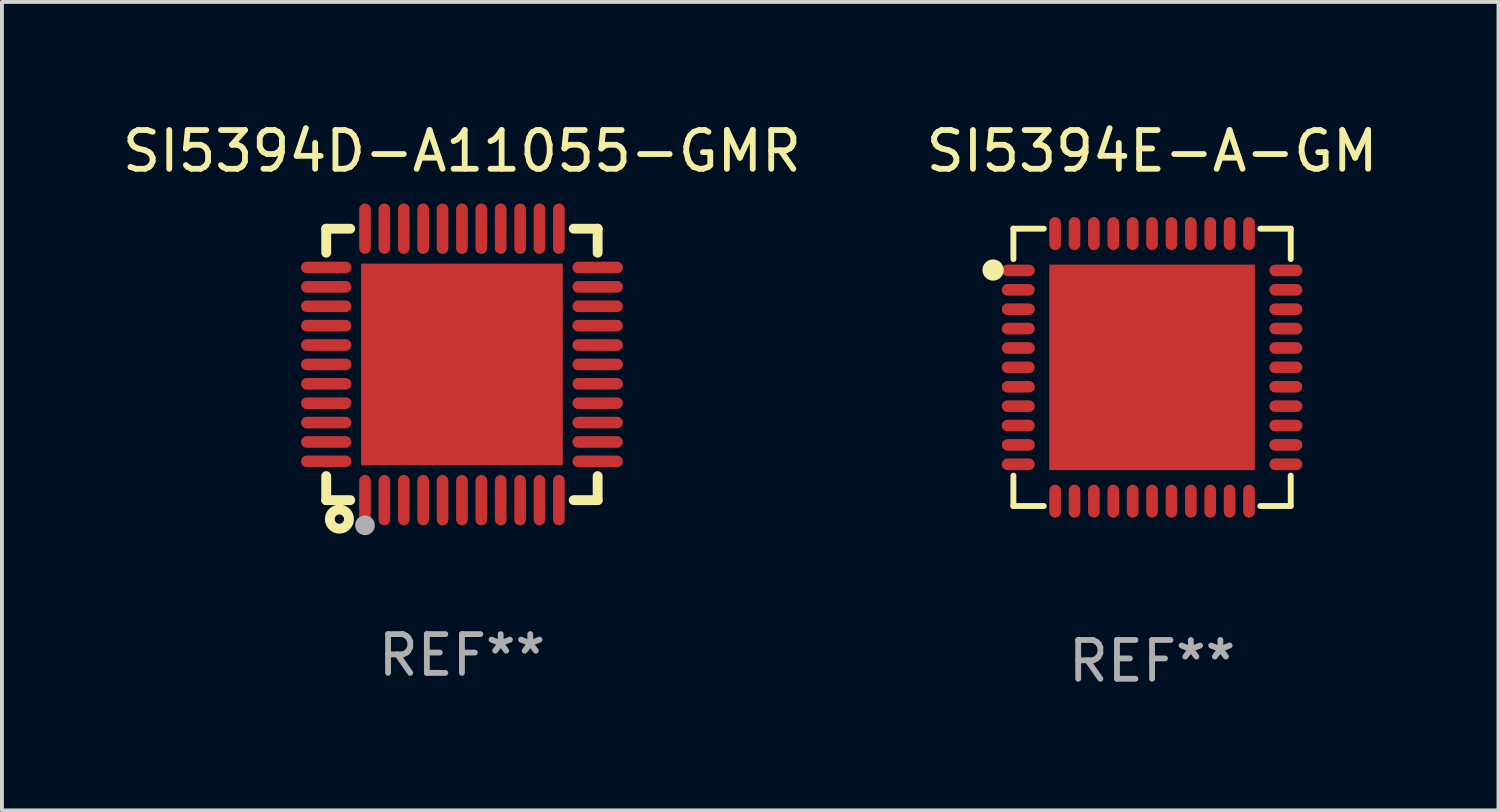
<source format=kicad_pcb>
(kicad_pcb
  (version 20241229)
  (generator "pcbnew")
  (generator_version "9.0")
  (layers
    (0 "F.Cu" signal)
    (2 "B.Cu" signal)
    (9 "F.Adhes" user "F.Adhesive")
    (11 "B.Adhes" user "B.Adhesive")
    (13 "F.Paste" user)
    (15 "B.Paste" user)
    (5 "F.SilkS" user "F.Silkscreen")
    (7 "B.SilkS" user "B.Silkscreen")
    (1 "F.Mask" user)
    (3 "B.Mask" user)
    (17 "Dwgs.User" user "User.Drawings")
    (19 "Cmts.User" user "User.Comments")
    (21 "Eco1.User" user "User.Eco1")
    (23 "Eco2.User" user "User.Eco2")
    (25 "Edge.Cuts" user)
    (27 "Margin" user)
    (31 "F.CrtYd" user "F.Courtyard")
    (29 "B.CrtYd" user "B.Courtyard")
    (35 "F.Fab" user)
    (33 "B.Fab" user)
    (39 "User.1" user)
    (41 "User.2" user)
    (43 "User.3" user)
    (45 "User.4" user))
  (footprint "SI5394D-A11055-GMR"
    (layer "F.Cu")
    (at 8.863 6.348)
    (property "Reference" "SI5394D-A11055-GMR" (at 0 -5.5 0) (layer "F.SilkS") (effects (font (size 1 1) (thickness 0.15))))
    (attr through_hole)
    (fp_line (start -3.5 -3.5) (end -2.881 -3.5) (stroke (width 0.254) (type solid)) (layer "F.SilkS"))
    (fp_line (start -3.5 -2.881) (end -3.5 -3.5) (stroke (width 0.254) (type solid)) (layer "F.SilkS"))
    (fp_line (start -3.5 3.5) (end -3.5 2.881) (stroke (width 0.254) (type solid)) (layer "F.SilkS"))
    (fp_line (start -2.881 3.5) (end -3.5 3.5) (stroke (width 0.254) (type solid)) (layer "F.SilkS"))
    (fp_line (start 2.881 -3.5) (end 3.5 -3.5) (stroke (width 0.254) (type solid)) (layer "F.SilkS"))
    (fp_line (start 3.5 -3.5) (end 3.5 -2.881) (stroke (width 0.254) (type solid)) (layer "F.SilkS"))
    (fp_line (start 3.5 2.881) (end 3.5 3.5) (stroke (width 0.254) (type solid)) (layer "F.SilkS"))
    (fp_line (start 3.5 3.5) (end 2.881 3.5) (stroke (width 0.254) (type solid)) (layer "F.SilkS"))
    (fp_circle (center -3.5 3.5) (end -3.47 3.5) (stroke (width 0.06) (type solid)) (fill no) (layer "F.SilkS"))
    (fp_circle (center -3.16 3.99) (end -3.04 3.99) (stroke (width 0.254) (type solid)) (fill no) (layer "F.SilkS"))
    (fp_circle (center -2.5 4.15) (end -2.373 4.15) (stroke (width 0.254) (type solid)) (fill no) (layer "F.Fab"))
    (fp_text user "REF**" (at 0 7.5 0) (layer "F.Fab") (effects (font (size 1 1) (thickness 0.15))))
    (pad "1" smd oval (at -2.5 3.5 90) (size 1.3 0.3) (layers "F.Cu" "F.Mask" "F.Paste"))
    (pad "2" smd oval (at -2 3.5 90) (size 1.3 0.3) (layers "F.Cu" "F.Mask" "F.Paste"))
    (pad "3" smd oval (at -1.5 3.5 90) (size 1.3 0.3) (layers "F.Cu" "F.Mask" "F.Paste"))
    (pad "4" smd oval (at -1 3.5 90) (size 1.3 0.3) (layers "F.Cu" "F.Mask" "F.Paste"))
    (pad "5" smd oval (at -0.5 3.5 90) (size 1.3 0.3) (layers "F.Cu" "F.Mask" "F.Paste"))
    (pad "6" smd oval (at -0.000127 3.5 90) (size 1.3 0.3) (layers "F.Cu" "F.Mask" "F.Paste"))
    (pad "7" smd oval (at 0.5 3.5 90) (size 1.3 0.3) (layers "F.Cu" "F.Mask" "F.Paste"))
    (pad "8" smd oval (at 1 3.5 90) (size 1.3 0.3) (layers "F.Cu" "F.Mask" "F.Paste"))
    (pad "9" smd oval (at 1.5 3.5 90) (size 1.3 0.3) (layers "F.Cu" "F.Mask" "F.Paste"))
    (pad "10" smd oval (at 2 3.5 90) (size 1.3 0.3) (layers "F.Cu" "F.Mask" "F.Paste"))
    (pad "11" smd oval (at 2.5 3.5 90) (size 1.3 0.3) (layers "F.Cu" "F.Mask" "F.Paste"))
    (pad "12" smd oval (at 3.5 2.5 90) (size 0.3 1.3) (layers "F.Cu" "F.Mask" "F.Paste"))
    (pad "13" smd oval (at 3.5 2 90) (size 0.3 1.3) (layers "F.Cu" "F.Mask" "F.Paste"))
    (pad "14" smd oval (at 3.5 1.5 90) (size 0.3 1.3) (layers "F.Cu" "F.Mask" "F.Paste"))
    (pad "15" smd oval (at 3.5 1 90) (size 0.3 1.3) (layers "F.Cu" "F.Mask" "F.Paste"))
    (pad "16" smd oval (at 3.5 0.5 90) (size 0.3 1.3) (layers "F.Cu" "F.Mask" "F.Paste"))
    (pad "17" smd oval (at 3.5 0.000127 90) (size 0.3 1.3) (layers "F.Cu" "F.Mask" "F.Paste"))
    (pad "18" smd oval (at 3.5 -0.5 90) (size 0.3 1.3) (layers "F.Cu" "F.Mask" "F.Paste"))
    (pad "19" smd oval (at 3.5 -1 90) (size 0.3 1.3) (layers "F.Cu" "F.Mask" "F.Paste"))
    (pad "20" smd oval (at 3.5 -1.5 90) (size 0.3 1.3) (layers "F.Cu" "F.Mask" "F.Paste"))
    (pad "21" smd oval (at 3.5 -2 90) (size 0.3 1.3) (layers "F.Cu" "F.Mask" "F.Paste"))
    (pad "22" smd oval (at 3.5 -2.5 90) (size 0.3 1.3) (layers "F.Cu" "F.Mask" "F.Paste"))
    (pad "23" smd oval (at 2.5 -3.5 90) (size 1.3 0.3) (layers "F.Cu" "F.Mask" "F.Paste"))
    (pad "24" smd oval (at 2 -3.5 90) (size 1.3 0.3) (layers "F.Cu" "F.Mask" "F.Paste"))
    (pad "25" smd oval (at 1.5 -3.5 90) (size 1.3 0.3) (layers "F.Cu" "F.Mask" "F.Paste"))
    (pad "26" smd oval (at 1 -3.5 90) (size 1.3 0.3) (layers "F.Cu" "F.Mask" "F.Paste"))
    (pad "27" smd oval (at 0.5 -3.5 90) (size 1.3 0.3) (layers "F.Cu" "F.Mask" "F.Paste"))
    (pad "28" smd oval (at -0.000127 -3.5 90) (size 1.3 0.3) (layers "F.Cu" "F.Mask" "F.Paste"))
    (pad "29" smd oval (at -0.5 -3.5 90) (size 1.3 0.3) (layers "F.Cu" "F.Mask" "F.Paste"))
    (pad "30" smd oval (at -1 -3.5 90) (size 1.3 0.3) (layers "F.Cu" "F.Mask" "F.Paste"))
    (pad "31" smd oval (at -1.5 -3.5 90) (size 1.3 0.3) (layers "F.Cu" "F.Mask" "F.Paste"))
    (pad "32" smd oval (at -2 -3.5 90) (size 1.3 0.3) (layers "F.Cu" "F.Mask" "F.Paste"))
    (pad "33" smd oval (at -2.5 -3.5 90) (size 1.3 0.3) (layers "F.Cu" "F.Mask" "F.Paste"))
    (pad "34" smd oval (at -3.5 -2.5 90) (size 0.3 1.3) (layers "F.Cu" "F.Mask" "F.Paste"))
    (pad "35" smd oval (at -3.5 -2 90) (size 0.3 1.3) (layers "F.Cu" "F.Mask" "F.Paste"))
    (pad "36" smd oval (at -3.5 -1.5 90) (size 0.3 1.3) (layers "F.Cu" "F.Mask" "F.Paste"))
    (pad "37" smd oval (at -3.5 -1 90) (size 0.3 1.3) (layers "F.Cu" "F.Mask" "F.Paste"))
    (pad "38" smd oval (at -3.5 -0.5 90) (size 0.3 1.3) (layers "F.Cu" "F.Mask" "F.Paste"))
    (pad "39" smd oval (at -3.5 0.000127 90) (size 0.3 1.3) (layers "F.Cu" "F.Mask" "F.Paste"))
    (pad "40" smd oval (at -3.5 0.5 90) (size 0.3 1.3) (layers "F.Cu" "F.Mask" "F.Paste"))
    (pad "41" smd oval (at -3.5 1 90) (size 0.3 1.3) (layers "F.Cu" "F.Mask" "F.Paste"))
    (pad "42" smd oval (at -3.5 1.5 90) (size 0.3 1.3) (layers "F.Cu" "F.Mask" "F.Paste"))
    (pad "43" smd oval (at -3.5 2 90) (size 0.3 1.3) (layers "F.Cu" "F.Mask" "F.Paste"))
    (pad "44" smd oval (at -3.5 2.5 90) (size 0.3 1.3) (layers "F.Cu" "F.Mask" "F.Paste"))
    (pad "45" smd rect (at -0.000127 0.000127 90) (size 5.2 5.2) (layers "F.Cu" "F.Mask" "F.Paste")))
  (footprint "SI5394E-A-GM"
    (layer "F.Cu")
    (at 26.661 6.424)
    (property "Reference" "SI5394E-A-GM" (at 0 -5.576 0) (layer "F.SilkS") (effects (font (size 1 1) (thickness 0.15))))
    (attr through_hole)
    (fp_line (start -3.576 -3.576) (end -2.792 -3.576) (stroke (width 0.152) (type solid)) (layer "F.SilkS"))
    (fp_line (start -3.576 -2.792) (end -3.576 -3.576) (stroke (width 0.152) (type solid)) (layer "F.SilkS"))
    (fp_line (start -3.576 2.792) (end -3.576 3.576) (stroke (width 0.152) (type solid)) (layer "F.SilkS"))
    (fp_line (start -3.576 3.576) (end -2.792 3.576) (stroke (width 0.152) (type solid)) (layer "F.SilkS"))
    (fp_line (start 3.576 -3.576) (end 2.792 -3.576) (stroke (width 0.152) (type solid)) (layer "F.SilkS"))
    (fp_line (start 3.576 -2.792) (end 3.576 -3.576) (stroke (width 0.152) (type solid)) (layer "F.SilkS"))
    (fp_line (start 3.576 2.792) (end 3.576 3.576) (stroke (width 0.152) (type solid)) (layer "F.SilkS"))
    (fp_line (start 3.576 3.576) (end 2.792 3.576) (stroke (width 0.152) (type solid)) (layer "F.SilkS"))
    (fp_arc (start -4.01016 -2.489967) (mid -3.990094 -2.494704) (end -3.970028 -2.489967) (stroke (width 0.254001) (type solid)) (layer "F.SilkS"))
    (fp_arc (start -3.970028 -2.489967) (mid -3.990094 -2.469901) (end -4.01016 -2.489967) (stroke (width 0.254001) (type solid)) (layer "F.SilkS"))
    (fp_circle (center -4.1 -2.51) (end -4.08 -2.51) (stroke (width 0.254) (type solid)) (fill no) (layer "F.SilkS"))
    (fp_text user "REF**" (at 0 7.576 0) (layer "F.Fab") (effects (font (size 1 1) (thickness 0.15))))
    (pad "1" smd oval (at -3.45 -2.5) (size 0.85 0.3) (layers "F.Cu" "F.Mask" "F.Paste"))
    (pad "2" smd oval (at -3.45 -2) (size 0.85 0.3) (layers "F.Cu" "F.Mask" "F.Paste"))
    (pad "3" smd oval (at -3.45 -1.5) (size 0.85 0.3) (layers "F.Cu" "F.Mask" "F.Paste"))
    (pad "4" smd oval (at -3.45 -1) (size 0.85 0.3) (layers "F.Cu" "F.Mask" "F.Paste"))
    (pad "5" smd oval (at -3.45 -0.5) (size 0.85 0.3) (layers "F.Cu" "F.Mask" "F.Paste"))
    (pad "6" smd oval (at -3.45 0) (size 0.85 0.3) (layers "F.Cu" "F.Mask" "F.Paste"))
    (pad "7" smd oval (at -3.45 0.5) (size 0.85 0.3) (layers "F.Cu" "F.Mask" "F.Paste"))
    (pad "8" smd oval (at -3.45 1) (size 0.85 0.3) (layers "F.Cu" "F.Mask" "F.Paste"))
    (pad "9" smd oval (at -3.45 1.5) (size 0.85 0.3) (layers "F.Cu" "F.Mask" "F.Paste"))
    (pad "10" smd oval (at -3.45 2) (size 0.85 0.3) (layers "F.Cu" "F.Mask" "F.Paste"))
    (pad "11" smd oval (at -3.45 2.5) (size 0.85 0.3) (layers "F.Cu" "F.Mask" "F.Paste"))
    (pad "12" smd oval (at -2.5 3.45) (size 0.3 0.85) (layers "F.Cu" "F.Mask" "F.Paste"))
    (pad "13" smd oval (at -2 3.45) (size 0.3 0.85) (layers "F.Cu" "F.Mask" "F.Paste"))
    (pad "14" smd oval (at -1.5 3.45) (size 0.3 0.85) (layers "F.Cu" "F.Mask" "F.Paste"))
    (pad "15" smd oval (at -1 3.45) (size 0.3 0.85) (layers "F.Cu" "F.Mask" "F.Paste"))
    (pad "16" smd oval (at -0.5 3.45) (size 0.3 0.85) (layers "F.Cu" "F.Mask" "F.Paste"))
    (pad "17" smd oval (at 0 3.45) (size 0.3 0.85) (layers "F.Cu" "F.Mask" "F.Paste"))
    (pad "18" smd oval (at 0.5 3.45) (size 0.3 0.85) (layers "F.Cu" "F.Mask" "F.Paste"))
    (pad "19" smd oval (at 1 3.45) (size 0.3 0.85) (layers "F.Cu" "F.Mask" "F.Paste"))
    (pad "20" smd oval (at 1.5 3.45) (size 0.3 0.85) (layers "F.Cu" "F.Mask" "F.Paste"))
    (pad "21" smd oval (at 2 3.45) (size 0.3 0.85) (layers "F.Cu" "F.Mask" "F.Paste"))
    (pad "22" smd oval (at 2.5 3.45) (size 0.3 0.85) (layers "F.Cu" "F.Mask" "F.Paste"))
    (pad "23" smd oval (at 3.45 2.5) (size 0.85 0.3) (layers "F.Cu" "F.Mask" "F.Paste"))
    (pad "24" smd oval (at 3.45 2) (size 0.85 0.3) (layers "F.Cu" "F.Mask" "F.Paste"))
    (pad "25" smd oval (at 3.45 1.5) (size 0.85 0.3) (layers "F.Cu" "F.Mask" "F.Paste"))
    (pad "26" smd oval (at 3.45 1) (size 0.85 0.3) (layers "F.Cu" "F.Mask" "F.Paste"))
    (pad "27" smd oval (at 3.45 0.5) (size 0.85 0.3) (layers "F.Cu" "F.Mask" "F.Paste"))
    (pad "28" smd oval (at 3.45 0) (size 0.85 0.3) (layers "F.Cu" "F.Mask" "F.Paste"))
    (pad "29" smd oval (at 3.45 -0.5) (size 0.85 0.3) (layers "F.Cu" "F.Mask" "F.Paste"))
    (pad "30" smd oval (at 3.45 -1) (size 0.85 0.3) (layers "F.Cu" "F.Mask" "F.Paste"))
    (pad "31" smd oval (at 3.45 -1.5) (size 0.85 0.3) (layers "F.Cu" "F.Mask" "F.Paste"))
    (pad "32" smd oval (at 3.45 -2) (size 0.85 0.3) (layers "F.Cu" "F.Mask" "F.Paste"))
    (pad "33" smd oval (at 3.45 -2.5) (size 0.85 0.3) (layers "F.Cu" "F.Mask" "F.Paste"))
    (pad "34" smd oval (at 2.5 -3.45) (size 0.3 0.85) (layers "F.Cu" "F.Mask" "F.Paste"))
    (pad "35" smd oval (at 2 -3.45) (size 0.3 0.85) (layers "F.Cu" "F.Mask" "F.Paste"))
    (pad "36" smd oval (at 1.5 -3.45) (size 0.3 0.85) (layers "F.Cu" "F.Mask" "F.Paste"))
    (pad "37" smd oval (at 1 -3.45) (size 0.3 0.85) (layers "F.Cu" "F.Mask" "F.Paste"))
    (pad "38" smd oval (at 0.5 -3.45) (size 0.3 0.85) (layers "F.Cu" "F.Mask" "F.Paste"))
    (pad "39" smd oval (at 0 -3.45) (size 0.3 0.85) (layers "F.Cu" "F.Mask" "F.Paste"))
    (pad "40" smd oval (at -0.5 -3.45) (size 0.3 0.85) (layers "F.Cu" "F.Mask" "F.Paste"))
    (pad "41" smd oval (at -1 -3.45) (size 0.3 0.85) (layers "F.Cu" "F.Mask" "F.Paste"))
    (pad "42" smd oval (at -1.5 -3.45) (size 0.3 0.85) (layers "F.Cu" "F.Mask" "F.Paste"))
    (pad "43" smd oval (at -2 -3.45) (size 0.3 0.85) (layers "F.Cu" "F.Mask" "F.Paste"))
    (pad "44" smd oval (at -2.5 -3.45) (size 0.3 0.85) (layers "F.Cu" "F.Mask" "F.Paste"))
    (pad "45" smd rect (at 0 0) (size 5.3 5.3) (layers "F.Cu" "F.Mask" "F.Paste")))
  (gr_rect
    (start -3 -3)
    (end 35.595 17.849)
    (stroke (width 0.1) (type default))
    (fill no)
    (layer "Edge.Cuts")))
</source>
